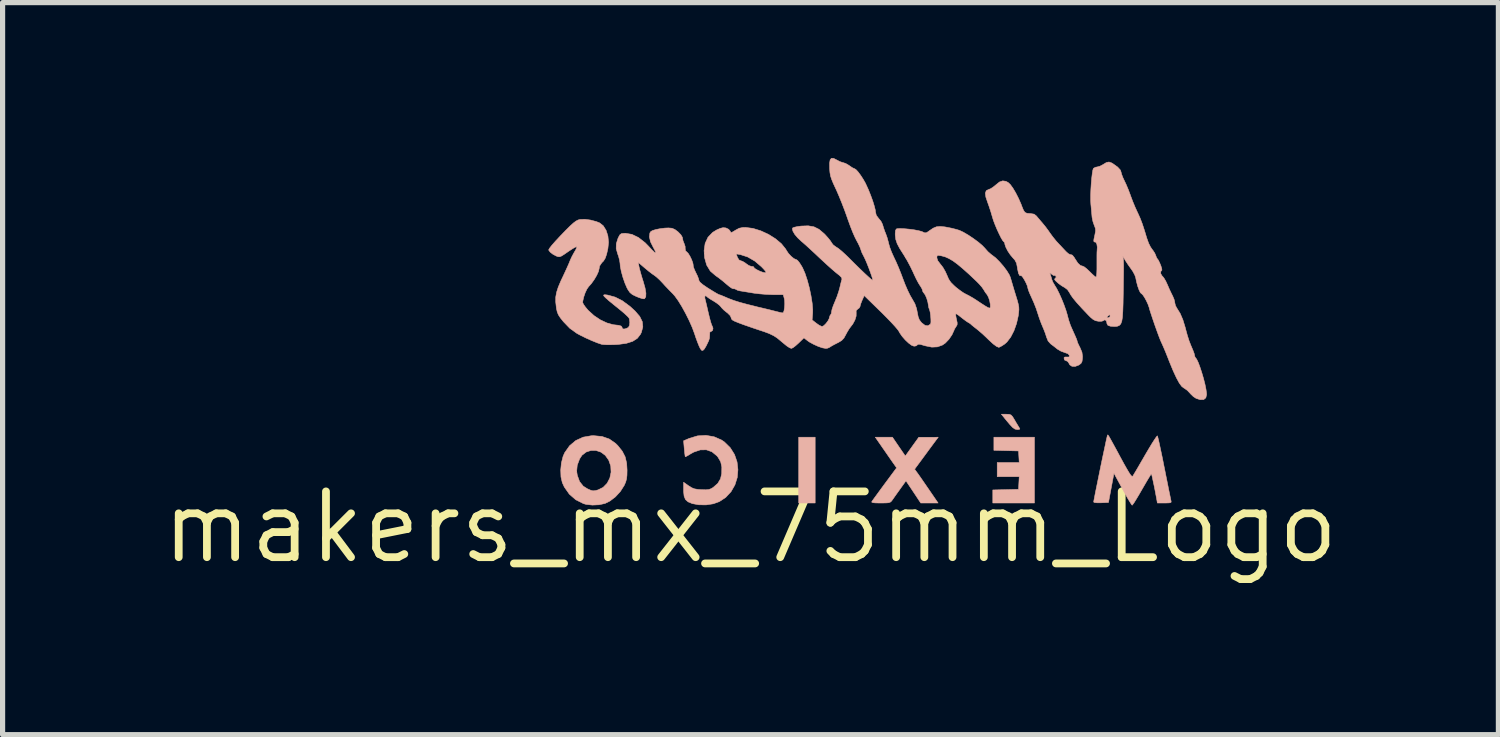
<source format=kicad_pcb>
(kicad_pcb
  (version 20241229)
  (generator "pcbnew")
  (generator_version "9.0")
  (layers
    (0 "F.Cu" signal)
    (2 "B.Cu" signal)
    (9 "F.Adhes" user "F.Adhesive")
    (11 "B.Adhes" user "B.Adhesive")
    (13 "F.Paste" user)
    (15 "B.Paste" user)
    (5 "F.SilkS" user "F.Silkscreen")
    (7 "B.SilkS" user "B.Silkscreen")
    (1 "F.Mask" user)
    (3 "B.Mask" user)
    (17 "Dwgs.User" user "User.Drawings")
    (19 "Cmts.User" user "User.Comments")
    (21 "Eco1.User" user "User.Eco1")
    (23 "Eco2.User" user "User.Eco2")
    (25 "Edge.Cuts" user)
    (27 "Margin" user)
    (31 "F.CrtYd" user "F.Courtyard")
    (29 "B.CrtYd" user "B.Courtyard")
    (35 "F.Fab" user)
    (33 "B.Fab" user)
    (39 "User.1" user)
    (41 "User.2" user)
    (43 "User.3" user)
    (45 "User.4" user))
  (footprint "makers_mx_75mm_Logo"
    (layer "F.Cu")
    (at 11.437 7.126)
    (property "Reference" "makers_mx_75mm_Logo" (at 0 0 0) (layer "F.SilkS") (effects (font (size 1.27 1.27) (thickness 0.15))))
    (attr through_hole)
    (fp_poly (pts (xy 1.249 -0.466) (xy 0.931 -0.466) (xy 0.931 -1.736) (xy 1.249 -1.736) (xy 1.249 -0.466)) (stroke (width 0.01) (type solid)) (fill yes) (layer "B.SilkS"))
    (fp_poly (pts (xy 5.482 -0.466) (xy 4.678 -0.466) (xy 4.678 -0.718) (xy 4.927 -0.724) (xy 5.175 -0.73) (xy 5.188 -0.974) (xy 4.763 -0.974) (xy 4.763 -1.249) (xy 5.188 -1.249) (xy 5.175 -1.471) (xy 4.699 -1.483) (xy 4.699 -1.736) (xy 5.482 -1.736) (xy 5.482 -0.466)) (stroke (width 0.01) (type solid)) (fill yes) (layer "B.SilkS"))
    (fp_poly (pts (xy 4.995 -2.178) (xy 5.031 -2.164) (xy 5.061 -2.131) (xy 5.092 -2.08) (xy 5.131 -2.013) (xy 5.167 -1.954) (xy 5.181 -1.931) (xy 5.2 -1.898) (xy 5.188 -1.886) (xy 5.15 -1.884) (xy 5.106 -1.893) (xy 5.06 -1.925) (xy 5.005 -1.984) (xy 4.953 -2.046) (xy 4.906 -2.103) (xy 4.883 -2.132) (xy 4.844 -2.18) (xy 4.939 -2.18) (xy 4.995 -2.178)) (stroke (width 0.01) (type solid)) (fill yes) (layer "B.SilkS"))
    (fp_poly (pts (xy 3.573 -1.667) (xy 3.541 -1.624) (xy 3.491 -1.556) (xy 3.428 -1.471) (xy 3.36 -1.378) (xy 3.345 -1.358) (xy 3.169 -1.119) (xy 3.21 -1.062) (xy 3.237 -1.025) (xy 3.282 -0.961) (xy 3.34 -0.877) (xy 3.406 -0.781) (xy 3.437 -0.736) (xy 3.622 -0.466) (xy 3.287 -0.466) (xy 3.145 -0.68) (xy 3.002 -0.894) (xy 2.897 -0.748) (xy 2.842 -0.671) (xy 2.79 -0.598) (xy 2.751 -0.542) (xy 2.746 -0.535) (xy 2.722 -0.502) (xy 2.698 -0.482) (xy 2.665 -0.471) (xy 2.611 -0.467) (xy 2.527 -0.466) (xy 2.512 -0.466) (xy 2.421 -0.467) (xy 2.366 -0.472) (xy 2.342 -0.481) (xy 2.342 -0.492) (xy 2.359 -0.517) (xy 2.397 -0.57) (xy 2.452 -0.645) (xy 2.519 -0.737) (xy 2.589 -0.832) (xy 2.821 -1.145) (xy 2.758 -1.234) (xy 2.72 -1.288) (xy 2.666 -1.366) (xy 2.604 -1.456) (xy 2.553 -1.529) (xy 2.41 -1.736) (xy 2.575 -1.736) (xy 2.741 -1.736) (xy 2.865 -1.554) (xy 2.989 -1.373) (xy 3.119 -1.554) (xy 3.249 -1.735) (xy 3.437 -1.735) (xy 3.625 -1.736) (xy 3.573 -1.667)) (stroke (width 0.01) (type solid)) (fill yes) (layer "B.SilkS"))
    (fp_poly (pts (xy -0.703 -1.745) (xy -0.559 -1.682) (xy -0.504 -1.645) (xy -0.39 -1.533) (xy -0.308 -1.402) (xy -0.259 -1.259) (xy -0.242 -1.109) (xy -0.255 -0.959) (xy -0.3 -0.816) (xy -0.375 -0.685) (xy -0.479 -0.573) (xy -0.601 -0.493) (xy -0.717 -0.451) (xy -0.854 -0.43) (xy -0.994 -0.431) (xy -1.121 -0.454) (xy -1.126 -0.456) (xy -1.204 -0.488) (xy -1.254 -0.532) (xy -1.281 -0.597) (xy -1.291 -0.69) (xy -1.291 -0.724) (xy -1.291 -0.867) (xy -1.195 -0.799) (xy -1.135 -0.761) (xy -1.079 -0.739) (xy -1.01 -0.728) (xy -0.946 -0.724) (xy -0.861 -0.721) (xy -0.803 -0.727) (xy -0.759 -0.743) (xy -0.722 -0.765) (xy -0.631 -0.844) (xy -0.578 -0.934) (xy -0.555 -1.034) (xy -0.553 -1.161) (xy -0.575 -1.262) (xy -0.626 -1.349) (xy -0.649 -1.377) (xy -0.744 -1.455) (xy -0.852 -1.493) (xy -0.97 -1.491) (xy -1.094 -1.449) (xy -1.154 -1.416) (xy -1.209 -1.382) (xy -1.248 -1.362) (xy -1.259 -1.359) (xy -1.263 -1.382) (xy -1.27 -1.435) (xy -1.277 -1.509) (xy -1.278 -1.516) (xy -1.291 -1.667) (xy -1.181 -1.714) (xy -1.022 -1.762) (xy -0.86 -1.772) (xy -0.703 -1.745)) (stroke (width 0.01) (type solid)) (fill yes) (layer "B.SilkS"))
    (fp_poly (pts (xy -2.864 -1.75) (xy -2.725 -1.701) (xy -2.604 -1.617) (xy -2.56 -1.573) (xy -2.474 -1.465) (xy -2.419 -1.357) (xy -2.39 -1.234) (xy -2.382 -1.101) (xy -2.384 -1.003) (xy -2.392 -0.932) (xy -2.409 -0.87) (xy -2.439 -0.802) (xy -2.441 -0.8) (xy -2.512 -0.688) (xy -2.606 -0.586) (xy -2.713 -0.504) (xy -2.808 -0.457) (xy -2.924 -0.432) (xy -3.051 -0.426) (xy -3.172 -0.439) (xy -3.224 -0.454) (xy -3.373 -0.529) (xy -3.497 -0.637) (xy -3.593 -0.774) (xy -3.632 -0.858) (xy -3.658 -0.969) (xy -3.662 -1.079) (xy -3.355 -1.079) (xy -3.343 -1.001) (xy -3.299 -0.88) (xy -3.228 -0.791) (xy -3.145 -0.739) (xy -3.083 -0.712) (xy -3.04 -0.701) (xy -2.997 -0.705) (xy -2.943 -0.719) (xy -2.844 -0.768) (xy -2.767 -0.847) (xy -2.715 -0.947) (xy -2.691 -1.061) (xy -2.697 -1.18) (xy -2.736 -1.292) (xy -2.802 -1.385) (xy -2.887 -1.448) (xy -2.982 -1.48) (xy -3.08 -1.48) (xy -3.172 -1.45) (xy -3.252 -1.388) (xy -3.298 -1.318) (xy -3.344 -1.196) (xy -3.355 -1.079) (xy -3.662 -1.079) (xy -3.663 -1.101) (xy -3.65 -1.238) (xy -3.618 -1.364) (xy -3.587 -1.436) (xy -3.492 -1.571) (xy -3.372 -1.672) (xy -3.23 -1.737) (xy -3.069 -1.765) (xy -3.027 -1.766) (xy -2.864 -1.75)) (stroke (width 0.01) (type solid)) (fill yes) (layer "B.SilkS"))
    (fp_poly (pts (xy 6.907 -1.772) (xy 6.921 -1.751) (xy 6.942 -1.714) (xy 6.975 -1.655) (xy 7.021 -1.571) (xy 7.083 -1.457) (xy 7.135 -1.36) (xy 7.209 -1.224) (xy 7.266 -1.123) (xy 7.309 -1.051) (xy 7.339 -1.006) (xy 7.36 -0.984) (xy 7.374 -0.981) (xy 7.38 -0.985) (xy 7.397 -1.013) (xy 7.432 -1.071) (xy 7.481 -1.154) (xy 7.54 -1.256) (xy 7.606 -1.37) (xy 7.622 -1.398) (xy 7.688 -1.51) (xy 7.747 -1.608) (xy 7.797 -1.686) (xy 7.833 -1.739) (xy 7.853 -1.762) (xy 7.855 -1.762) (xy 7.863 -1.738) (xy 7.878 -1.678) (xy 7.898 -1.587) (xy 7.923 -1.47) (xy 7.952 -1.333) (xy 7.982 -1.181) (xy 7.99 -1.143) (xy 8.021 -0.987) (xy 8.05 -0.844) (xy 8.075 -0.718) (xy 8.096 -0.617) (xy 8.111 -0.544) (xy 8.119 -0.506) (xy 8.12 -0.503) (xy 8.121 -0.483) (xy 8.104 -0.471) (xy 8.06 -0.467) (xy 7.993 -0.466) (xy 7.855 -0.466) (xy 7.841 -0.545) (xy 7.826 -0.624) (xy 7.809 -0.715) (xy 7.79 -0.809) (xy 7.771 -0.897) (xy 7.756 -0.969) (xy 7.744 -1.016) (xy 7.74 -1.03) (xy 7.728 -1.015) (xy 7.699 -0.968) (xy 7.656 -0.897) (xy 7.603 -0.806) (xy 7.559 -0.73) (xy 7.5 -0.628) (xy 7.448 -0.541) (xy 7.406 -0.473) (xy 7.377 -0.433) (xy 7.368 -0.423) (xy 7.353 -0.441) (xy 7.322 -0.49) (xy 7.278 -0.564) (xy 7.226 -0.657) (xy 7.184 -0.732) (xy 7.017 -1.04) (xy 6.911 -0.476) (xy 6.768 -0.47) (xy 6.69 -0.47) (xy 6.64 -0.475) (xy 6.625 -0.485) (xy 6.629 -0.512) (xy 6.641 -0.574) (xy 6.658 -0.664) (xy 6.681 -0.776) (xy 6.707 -0.904) (xy 6.735 -1.042) (xy 6.764 -1.184) (xy 6.793 -1.324) (xy 6.821 -1.455) (xy 6.846 -1.572) (xy 6.866 -1.668) (xy 6.882 -1.737) (xy 6.891 -1.773) (xy 6.892 -1.776) (xy 6.895 -1.78) (xy 6.9 -1.78) (xy 6.907 -1.772)) (stroke (width 0.01) (type solid)) (fill yes) (layer "B.SilkS"))
    (fp_poly (pts (xy -3.086 -5.928) (xy -2.974 -5.898) (xy -2.912 -5.873) (xy -2.841 -5.817) (xy -2.787 -5.73) (xy -2.752 -5.621) (xy -2.74 -5.498) (xy -2.752 -5.38) (xy -2.776 -5.272) (xy -2.802 -5.195) (xy -2.834 -5.141) (xy -2.87 -5.104) (xy -2.913 -5.04) (xy -2.921 -4.992) (xy -2.934 -4.936) (xy -2.968 -4.861) (xy -3.017 -4.778) (xy -3.073 -4.7) (xy -3.124 -4.643) (xy -3.157 -4.596) (xy -3.191 -4.524) (xy -3.219 -4.442) (xy -3.236 -4.367) (xy -3.239 -4.336) (xy -3.225 -4.304) (xy -3.188 -4.251) (xy -3.137 -4.19) (xy -3.127 -4.18) (xy -3.02 -4.083) (xy -2.897 -4.001) (xy -2.769 -3.941) (xy -2.649 -3.908) (xy -2.623 -3.905) (xy -2.543 -3.896) (xy -2.497 -3.882) (xy -2.478 -3.858) (xy -2.477 -3.842) (xy -2.46 -3.826) (xy -2.422 -3.827) (xy -2.375 -3.845) (xy -2.355 -3.858) (xy -2.335 -3.895) (xy -2.329 -3.955) (xy -2.337 -4.017) (xy -2.342 -4.032) (xy -2.363 -4.059) (xy -2.411 -4.105) (xy -2.476 -4.162) (xy -2.527 -4.204) (xy -2.646 -4.3) (xy -2.734 -4.372) (xy -2.793 -4.424) (xy -2.827 -4.458) (xy -2.836 -4.478) (xy -2.824 -4.486) (xy -2.792 -4.485) (xy -2.755 -4.48) (xy -2.613 -4.441) (xy -2.471 -4.369) (xy -2.325 -4.261) (xy -2.228 -4.172) (xy -2.138 -4.068) (xy -2.088 -3.966) (xy -2.078 -3.865) (xy -2.106 -3.76) (xy -2.123 -3.724) (xy -2.184 -3.645) (xy -2.274 -3.587) (xy -2.397 -3.548) (xy -2.554 -3.527) (xy -2.625 -3.523) (xy -2.717 -3.521) (xy -2.797 -3.522) (xy -2.853 -3.526) (xy -2.868 -3.528) (xy -2.955 -3.557) (xy -3.064 -3.601) (xy -3.18 -3.653) (xy -3.289 -3.707) (xy -3.35 -3.74) (xy -3.487 -3.838) (xy -3.611 -3.967) (xy -3.67 -4.041) (xy -3.708 -4.099) (xy -3.73 -4.154) (xy -3.745 -4.219) (xy -3.749 -4.251) (xy -3.76 -4.352) (xy -3.759 -4.442) (xy -3.743 -4.532) (xy -3.711 -4.632) (xy -3.66 -4.753) (xy -3.626 -4.824) (xy -3.579 -4.925) (xy -3.536 -5.019) (xy -3.502 -5.096) (xy -3.482 -5.146) (xy -3.482 -5.146) (xy -3.452 -5.213) (xy -3.412 -5.288) (xy -3.398 -5.312) (xy -3.367 -5.366) (xy -3.353 -5.404) (xy -3.354 -5.414) (xy -3.375 -5.408) (xy -3.423 -5.382) (xy -3.487 -5.341) (xy -3.524 -5.316) (xy -3.599 -5.264) (xy -3.649 -5.233) (xy -3.684 -5.22) (xy -3.714 -5.221) (xy -3.747 -5.233) (xy -3.752 -5.235) (xy -3.815 -5.269) (xy -3.866 -5.309) (xy -3.893 -5.345) (xy -3.895 -5.353) (xy -3.879 -5.383) (xy -3.835 -5.44) (xy -3.763 -5.522) (xy -3.665 -5.627) (xy -3.567 -5.729) (xy -3.482 -5.813) (xy -3.418 -5.871) (xy -3.369 -5.908) (xy -3.326 -5.93) (xy -3.292 -5.939) (xy -3.198 -5.943) (xy -3.086 -5.928)) (stroke (width 0.01) (type solid)) (fill yes) (layer "B.SilkS"))
    (fp_poly (pts (xy 6.972 -7.031) (xy 6.996 -7.017) (xy 7.088 -6.951) (xy 7.141 -6.893) (xy 7.154 -6.854) (xy 7.164 -6.815) (xy 7.187 -6.753) (xy 7.215 -6.693) (xy 7.252 -6.615) (xy 7.294 -6.515) (xy 7.333 -6.412) (xy 7.341 -6.389) (xy 7.381 -6.283) (xy 7.428 -6.17) (xy 7.473 -6.072) (xy 7.48 -6.058) (xy 7.521 -5.967) (xy 7.564 -5.855) (xy 7.601 -5.742) (xy 7.61 -5.714) (xy 7.65 -5.581) (xy 7.686 -5.481) (xy 7.723 -5.407) (xy 7.763 -5.35) (xy 7.768 -5.345) (xy 7.804 -5.29) (xy 7.822 -5.249) (xy 7.838 -5.206) (xy 7.85 -5.186) (xy 7.873 -5.156) (xy 7.898 -5.105) (xy 7.922 -5.048) (xy 7.938 -4.996) (xy 7.943 -4.963) (xy 7.939 -4.957) (xy 7.919 -4.932) (xy 7.921 -4.891) (xy 7.945 -4.851) (xy 7.954 -4.843) (xy 7.981 -4.81) (xy 8.016 -4.751) (xy 8.05 -4.678) (xy 8.086 -4.594) (xy 8.124 -4.514) (xy 8.15 -4.462) (xy 8.177 -4.399) (xy 8.191 -4.343) (xy 8.191 -4.333) (xy 8.204 -4.277) (xy 8.229 -4.231) (xy 8.294 -4.127) (xy 8.347 -4.004) (xy 8.394 -3.85) (xy 8.404 -3.81) (xy 8.433 -3.704) (xy 8.467 -3.597) (xy 8.502 -3.507) (xy 8.513 -3.482) (xy 8.543 -3.411) (xy 8.565 -3.352) (xy 8.572 -3.319) (xy 8.582 -3.282) (xy 8.59 -3.273) (xy 8.614 -3.241) (xy 8.645 -3.176) (xy 8.678 -3.087) (xy 8.712 -2.983) (xy 8.745 -2.871) (xy 8.773 -2.762) (xy 8.793 -2.663) (xy 8.804 -2.584) (xy 8.805 -2.559) (xy 8.79 -2.496) (xy 8.748 -2.462) (xy 8.68 -2.461) (xy 8.604 -2.485) (xy 8.55 -2.52) (xy 8.495 -2.573) (xy 8.483 -2.587) (xy 8.433 -2.64) (xy 8.377 -2.68) (xy 8.364 -2.687) (xy 8.324 -2.718) (xy 8.277 -2.783) (xy 8.223 -2.882) (xy 8.16 -3.018) (xy 8.088 -3.192) (xy 8.051 -3.287) (xy 8.013 -3.382) (xy 7.975 -3.472) (xy 7.943 -3.544) (xy 7.932 -3.567) (xy 7.912 -3.613) (xy 7.882 -3.69) (xy 7.846 -3.788) (xy 7.807 -3.897) (xy 7.769 -4.008) (xy 7.735 -4.11) (xy 7.708 -4.194) (xy 7.695 -4.243) (xy 7.674 -4.302) (xy 7.643 -4.369) (xy 7.608 -4.433) (xy 7.574 -4.483) (xy 7.549 -4.508) (xy 7.546 -4.508) (xy 7.526 -4.528) (xy 7.501 -4.579) (xy 7.475 -4.652) (xy 7.452 -4.738) (xy 7.436 -4.818) (xy 7.417 -4.871) (xy 7.38 -4.939) (xy 7.343 -4.992) (xy 7.291 -5.065) (xy 7.243 -5.138) (xy 7.218 -5.18) (xy 7.196 -5.217) (xy 7.188 -5.221) (xy 7.191 -5.207) (xy 7.195 -5.188) (xy 7.199 -5.16) (xy 7.201 -5.12) (xy 7.203 -5.063) (xy 7.203 -4.986) (xy 7.202 -4.884) (xy 7.2 -4.753) (xy 7.198 -4.589) (xy 7.194 -4.388) (xy 7.193 -4.317) (xy 7.188 -4.168) (xy 7.181 -4.056) (xy 7.168 -3.976) (xy 7.148 -3.923) (xy 7.118 -3.892) (xy 7.078 -3.877) (xy 7.029 -3.873) (xy 6.947 -3.879) (xy 6.9 -3.896) (xy 6.881 -3.93) (xy 6.879 -3.95) (xy 6.866 -3.988) (xy 6.838 -4.002) (xy 6.809 -3.985) (xy 6.808 -3.984) (xy 6.782 -3.975) (xy 6.731 -3.974) (xy 6.713 -3.975) (xy 6.659 -3.986) (xy 6.611 -4.012) (xy 6.566 -4.051) (xy 6.879 -4.051) (xy 6.896 -4.044) (xy 6.911 -4.043) (xy 6.938 -4.06) (xy 6.943 -4.077) (xy 6.937 -4.1) (xy 6.914 -4.088) (xy 6.911 -4.085) (xy 6.885 -4.06) (xy 6.879 -4.051) (xy 6.566 -4.051) (xy 6.556 -4.06) (xy 6.523 -4.093) (xy 6.395 -4.228) (xy 6.297 -4.336) (xy 6.226 -4.422) (xy 6.181 -4.486) (xy 6.161 -4.523) (xy 6.12 -4.584) (xy 6.068 -4.624) (xy 6.008 -4.659) (xy 5.943 -4.707) (xy 5.927 -4.721) (xy 5.883 -4.762) (xy 5.87 -4.787) (xy 5.883 -4.804) (xy 5.884 -4.805) (xy 5.904 -4.827) (xy 5.889 -4.851) (xy 5.868 -4.864) (xy 5.863 -4.859) (xy 5.85 -4.858) (xy 5.818 -4.88) (xy 5.817 -4.881) (xy 5.785 -4.908) (xy 5.778 -4.906) (xy 5.788 -4.879) (xy 5.806 -4.823) (xy 5.816 -4.784) (xy 5.837 -4.73) (xy 5.871 -4.672) (xy 5.874 -4.667) (xy 5.912 -4.605) (xy 5.958 -4.514) (xy 6.006 -4.407) (xy 6.051 -4.295) (xy 6.089 -4.189) (xy 6.115 -4.102) (xy 6.119 -4.085) (xy 6.143 -3.996) (xy 6.176 -3.899) (xy 6.196 -3.852) (xy 6.242 -3.749) (xy 6.274 -3.678) (xy 6.293 -3.633) (xy 6.303 -3.605) (xy 6.307 -3.59) (xy 6.308 -3.584) (xy 6.317 -3.557) (xy 6.341 -3.506) (xy 6.362 -3.465) (xy 6.399 -3.377) (xy 6.41 -3.295) (xy 6.409 -3.265) (xy 6.401 -3.2) (xy 6.381 -3.161) (xy 6.34 -3.13) (xy 6.336 -3.128) (xy 6.267 -3.102) (xy 6.206 -3.105) (xy 6.163 -3.134) (xy 6.152 -3.157) (xy 6.125 -3.197) (xy 6.098 -3.211) (xy 6.063 -3.226) (xy 6.054 -3.258) (xy 6.055 -3.276) (xy 6.073 -3.285) (xy 6.109 -3.284) (xy 6.149 -3.285) (xy 6.157 -3.307) (xy 6.156 -3.315) (xy 6.129 -3.348) (xy 6.067 -3.37) (xy 5.995 -3.396) (xy 5.925 -3.437) (xy 5.915 -3.445) (xy 5.856 -3.492) (xy 5.8 -3.534) (xy 5.792 -3.541) (xy 5.745 -3.594) (xy 5.715 -3.668) (xy 5.692 -3.741) (xy 5.659 -3.826) (xy 5.643 -3.863) (xy 5.611 -3.94) (xy 5.576 -4.035) (xy 5.548 -4.121) (xy 5.515 -4.221) (xy 5.471 -4.333) (xy 5.429 -4.427) (xy 5.394 -4.504) (xy 5.368 -4.568) (xy 5.356 -4.608) (xy 5.355 -4.613) (xy 5.346 -4.653) (xy 5.323 -4.708) (xy 5.293 -4.766) (xy 5.261 -4.818) (xy 5.235 -4.85) (xy 5.223 -4.854) (xy 5.196 -4.857) (xy 5.173 -4.902) (xy 5.155 -4.989) (xy 5.152 -5.013) (xy 5.136 -5.095) (xy 5.104 -5.156) (xy 5.068 -5.196) (xy 5.016 -5.258) (xy 4.967 -5.331) (xy 4.93 -5.403) (xy 4.911 -5.459) (xy 4.911 -5.469) (xy 4.9 -5.501) (xy 4.892 -5.507) (xy 4.87 -5.531) (xy 4.838 -5.585) (xy 4.8 -5.661) (xy 4.759 -5.749) (xy 4.721 -5.84) (xy 4.689 -5.924) (xy 4.669 -5.99) (xy 4.64 -6.089) (xy 4.604 -6.198) (xy 4.581 -6.262) (xy 4.544 -6.371) (xy 4.534 -6.448) (xy 4.552 -6.496) (xy 4.593 -6.516) (xy 4.638 -6.534) (xy 4.696 -6.573) (xy 4.736 -6.606) (xy 4.807 -6.663) (xy 4.869 -6.685) (xy 4.93 -6.676) (xy 4.974 -6.653) (xy 5.015 -6.615) (xy 5.066 -6.545) (xy 5.121 -6.452) (xy 5.175 -6.346) (xy 5.224 -6.234) (xy 5.24 -6.191) (xy 5.27 -6.118) (xy 5.298 -6.077) (xy 5.336 -6.059) (xy 5.394 -6.054) (xy 5.403 -6.054) (xy 5.476 -6.042) (xy 5.519 -6.008) (xy 5.555 -5.965) (xy 5.604 -5.907) (xy 5.632 -5.875) (xy 5.689 -5.806) (xy 5.75 -5.724) (xy 5.778 -5.683) (xy 5.835 -5.605) (xy 5.902 -5.522) (xy 5.939 -5.482) (xy 6 -5.417) (xy 6.061 -5.352) (xy 6.093 -5.318) (xy 6.138 -5.278) (xy 6.175 -5.26) (xy 6.185 -5.261) (xy 6.215 -5.25) (xy 6.252 -5.203) (xy 6.265 -5.181) (xy 6.32 -5.097) (xy 6.37 -5.051) (xy 6.414 -5.038) (xy 6.444 -5.024) (xy 6.492 -4.986) (xy 6.548 -4.933) (xy 6.549 -4.932) (xy 6.603 -4.879) (xy 6.646 -4.841) (xy 6.671 -4.826) (xy 6.671 -4.826) (xy 6.679 -4.846) (xy 6.685 -4.9) (xy 6.688 -4.98) (xy 6.688 -5.064) (xy 6.688 -5.163) (xy 6.688 -5.248) (xy 6.689 -5.309) (xy 6.691 -5.334) (xy 6.695 -5.407) (xy 6.686 -5.466) (xy 6.668 -5.499) (xy 6.657 -5.503) (xy 6.636 -5.506) (xy 6.627 -5.521) (xy 6.63 -5.558) (xy 6.644 -5.623) (xy 6.649 -5.646) (xy 6.662 -5.717) (xy 6.658 -5.769) (xy 6.637 -5.825) (xy 6.636 -5.827) (xy 6.611 -5.899) (xy 6.594 -5.982) (xy 6.592 -6.006) (xy 6.585 -6.086) (xy 6.576 -6.182) (xy 6.571 -6.234) (xy 6.567 -6.31) (xy 6.567 -6.408) (xy 6.571 -6.517) (xy 6.578 -6.629) (xy 6.587 -6.734) (xy 6.598 -6.825) (xy 6.609 -6.892) (xy 6.621 -6.926) (xy 6.622 -6.927) (xy 6.662 -6.948) (xy 6.696 -6.954) (xy 6.747 -6.968) (xy 6.804 -6.998) (xy 6.807 -7) (xy 6.871 -7.039) (xy 6.921 -7.049) (xy 6.972 -7.031)) (stroke (width 0.01) (type solid)) (fill yes) (layer "B.SilkS"))
    (fp_poly (pts (xy 1.605 -7.119) (xy 1.664 -7.089) (xy 1.725 -7.057) (xy 1.78 -7.038) (xy 1.791 -7.036) (xy 1.839 -7.02) (xy 1.897 -6.986) (xy 1.912 -6.976) (xy 1.961 -6.942) (xy 1.999 -6.923) (xy 2.007 -6.921) (xy 2.035 -6.904) (xy 2.077 -6.859) (xy 2.126 -6.793) (xy 2.176 -6.716) (xy 2.221 -6.637) (xy 2.228 -6.621) (xy 2.276 -6.516) (xy 2.321 -6.404) (xy 2.361 -6.294) (xy 2.391 -6.196) (xy 2.41 -6.12) (xy 2.413 -6.088) (xy 2.429 -6.019) (xy 2.475 -5.959) (xy 2.52 -5.904) (xy 2.55 -5.844) (xy 2.552 -5.835) (xy 2.57 -5.775) (xy 2.596 -5.701) (xy 2.608 -5.674) (xy 2.638 -5.59) (xy 2.663 -5.498) (xy 2.669 -5.472) (xy 2.689 -5.401) (xy 2.723 -5.311) (xy 2.764 -5.22) (xy 2.77 -5.207) (xy 2.811 -5.121) (xy 2.859 -5.01) (xy 2.907 -4.89) (xy 2.943 -4.794) (xy 2.986 -4.682) (xy 3.034 -4.571) (xy 3.081 -4.475) (xy 3.117 -4.413) (xy 3.174 -4.313) (xy 3.207 -4.217) (xy 3.22 -4.149) (xy 3.237 -4.063) (xy 3.26 -4.002) (xy 3.299 -3.951) (xy 3.307 -3.943) (xy 3.37 -3.895) (xy 3.426 -3.887) (xy 3.473 -3.918) (xy 3.477 -3.924) (xy 3.484 -3.956) (xy 3.483 -4.015) (xy 3.478 -4.084) (xy 3.469 -4.149) (xy 3.458 -4.194) (xy 3.455 -4.201) (xy 3.442 -4.237) (xy 3.437 -4.266) (xy 3.424 -4.344) (xy 3.401 -4.421) (xy 3.374 -4.482) (xy 3.355 -4.509) (xy 3.328 -4.545) (xy 3.323 -4.565) (xy 3.311 -4.601) (xy 3.282 -4.651) (xy 3.273 -4.663) (xy 3.242 -4.713) (xy 3.202 -4.788) (xy 3.159 -4.878) (xy 3.14 -4.921) (xy 3.088 -5.029) (xy 3.026 -5.145) (xy 2.994 -5.199) (xy 3.598 -5.199) (xy 3.616 -5.143) (xy 3.664 -5.08) (xy 3.669 -5.074) (xy 3.715 -5.015) (xy 3.761 -4.935) (xy 3.791 -4.869) (xy 3.826 -4.788) (xy 3.868 -4.725) (xy 3.929 -4.664) (xy 3.968 -4.629) (xy 4.04 -4.573) (xy 4.109 -4.525) (xy 4.163 -4.495) (xy 4.166 -4.494) (xy 4.221 -4.466) (xy 4.294 -4.424) (xy 4.357 -4.384) (xy 4.459 -4.316) (xy 4.531 -4.27) (xy 4.579 -4.242) (xy 4.608 -4.23) (xy 4.623 -4.232) (xy 4.63 -4.245) (xy 4.631 -4.253) (xy 4.63 -4.299) (xy 4.619 -4.362) (xy 4.615 -4.379) (xy 4.594 -4.44) (xy 4.569 -4.486) (xy 4.564 -4.493) (xy 4.534 -4.531) (xy 4.502 -4.584) (xy 4.469 -4.632) (xy 4.416 -4.693) (xy 4.367 -4.743) (xy 4.221 -4.881) (xy 4.099 -4.99) (xy 3.996 -5.076) (xy 3.909 -5.14) (xy 3.832 -5.185) (xy 3.761 -5.217) (xy 3.692 -5.236) (xy 3.677 -5.239) (xy 3.625 -5.247) (xy 3.603 -5.238) (xy 3.598 -5.208) (xy 3.598 -5.199) (xy 2.994 -5.199) (xy 2.964 -5.249) (xy 2.95 -5.271) (xy 2.879 -5.383) (xy 2.832 -5.473) (xy 2.805 -5.554) (xy 2.795 -5.634) (xy 2.794 -5.664) (xy 2.799 -5.725) (xy 2.815 -5.755) (xy 2.831 -5.761) (xy 2.887 -5.765) (xy 2.97 -5.761) (xy 3.066 -5.752) (xy 3.163 -5.739) (xy 3.247 -5.723) (xy 3.306 -5.707) (xy 3.316 -5.703) (xy 3.361 -5.682) (xy 3.393 -5.682) (xy 3.431 -5.705) (xy 3.454 -5.722) (xy 3.526 -5.771) (xy 3.59 -5.798) (xy 3.661 -5.805) (xy 3.753 -5.796) (xy 3.791 -5.789) (xy 3.882 -5.771) (xy 3.969 -5.749) (xy 4.032 -5.73) (xy 4.109 -5.694) (xy 4.203 -5.639) (xy 4.302 -5.573) (xy 4.396 -5.504) (xy 4.474 -5.438) (xy 4.526 -5.384) (xy 4.529 -5.38) (xy 4.584 -5.318) (xy 4.647 -5.263) (xy 4.664 -5.251) (xy 4.732 -5.199) (xy 4.807 -5.124) (xy 4.882 -5.038) (xy 4.948 -4.95) (xy 4.997 -4.87) (xy 5.018 -4.82) (xy 5.034 -4.764) (xy 5.059 -4.679) (xy 5.089 -4.578) (xy 5.117 -4.487) (xy 5.149 -4.383) (xy 5.169 -4.308) (xy 5.18 -4.25) (xy 5.182 -4.198) (xy 5.177 -4.141) (xy 5.169 -4.078) (xy 5.136 -3.93) (xy 5.086 -3.79) (xy 5.023 -3.668) (xy 4.95 -3.573) (xy 4.906 -3.534) (xy 4.851 -3.498) (xy 4.807 -3.475) (xy 4.793 -3.471) (xy 4.751 -3.488) (xy 4.684 -3.538) (xy 4.593 -3.622) (xy 4.552 -3.662) (xy 4.481 -3.729) (xy 4.403 -3.796) (xy 4.36 -3.831) (xy 4.306 -3.873) (xy 4.267 -3.905) (xy 4.255 -3.917) (xy 4.229 -3.937) (xy 4.199 -3.954) (xy 4.158 -3.981) (xy 4.101 -4.024) (xy 4.064 -4.053) (xy 4.013 -4.093) (xy 3.976 -4.116) (xy 3.963 -4.118) (xy 3.962 -4.094) (xy 3.97 -4.042) (xy 3.978 -4.009) (xy 3.991 -3.944) (xy 3.989 -3.904) (xy 3.972 -3.876) (xy 3.94 -3.826) (xy 3.929 -3.798) (xy 3.89 -3.713) (xy 3.831 -3.626) (xy 3.762 -3.554) (xy 3.706 -3.515) (xy 3.608 -3.48) (xy 3.501 -3.475) (xy 3.376 -3.5) (xy 3.348 -3.508) (xy 3.278 -3.528) (xy 3.239 -3.531) (xy 3.223 -3.519) (xy 3.223 -3.519) (xy 3.197 -3.499) (xy 3.158 -3.493) (xy 3.113 -3.509) (xy 3.054 -3.552) (xy 2.989 -3.613) (xy 2.928 -3.683) (xy 2.879 -3.754) (xy 2.867 -3.778) (xy 2.842 -3.814) (xy 2.792 -3.873) (xy 2.721 -3.95) (xy 2.635 -4.039) (xy 2.539 -4.136) (xy 2.515 -4.159) (xy 2.196 -4.47) (xy 2.156 -4.381) (xy 2.132 -4.321) (xy 2.118 -4.275) (xy 2.117 -4.264) (xy 2.1 -4.232) (xy 2.072 -4.211) (xy 2.04 -4.18) (xy 2.041 -4.137) (xy 2.04 -4.074) (xy 2.016 -3.997) (xy 1.975 -3.921) (xy 1.942 -3.878) (xy 1.907 -3.832) (xy 1.866 -3.764) (xy 1.842 -3.719) (xy 1.804 -3.65) (xy 1.761 -3.604) (xy 1.697 -3.565) (xy 1.672 -3.553) (xy 1.606 -3.519) (xy 1.553 -3.489) (xy 1.53 -3.473) (xy 1.49 -3.455) (xy 1.454 -3.45) (xy 1.391 -3.461) (xy 1.308 -3.489) (xy 1.22 -3.529) (xy 1.139 -3.573) (xy 1.103 -3.598) (xy 1.032 -3.654) (xy 0.927 -3.552) (xy 0.87 -3.501) (xy 0.821 -3.464) (xy 0.79 -3.45) (xy 0.755 -3.463) (xy 0.704 -3.496) (xy 0.675 -3.519) (xy 0.605 -3.577) (xy 0.533 -3.637) (xy 0.513 -3.653) (xy 0.45 -3.694) (xy 0.362 -3.737) (xy 0.265 -3.773) (xy 0.265 -3.773) (xy 0.171 -3.804) (xy 0.055 -3.843) (xy -0.066 -3.885) (xy -0.138 -3.91) (xy -0.239 -3.948) (xy -0.307 -3.976) (xy -0.347 -3.998) (xy -0.367 -4.019) (xy -0.371 -4.038) (xy -0.39 -4.082) (xy -0.442 -4.134) (xy -0.46 -4.147) (xy -0.516 -4.193) (xy -0.559 -4.237) (xy -0.571 -4.254) (xy -0.602 -4.287) (xy -0.657 -4.329) (xy -0.71 -4.363) (xy -0.772 -4.4) (xy -0.819 -4.431) (xy -0.837 -4.447) (xy -0.863 -4.468) (xy -0.881 -4.454) (xy -0.88 -4.419) (xy -0.87 -4.379) (xy -0.853 -4.309) (xy -0.832 -4.219) (xy -0.814 -4.14) (xy -0.791 -4.045) (xy -0.769 -3.963) (xy -0.75 -3.905) (xy -0.739 -3.882) (xy -0.723 -3.841) (xy -0.73 -3.8) (xy -0.757 -3.778) (xy -0.762 -3.778) (xy -0.785 -3.763) (xy -0.787 -3.716) (xy -0.791 -3.649) (xy -0.806 -3.6) (xy -0.854 -3.5) (xy -0.891 -3.438) (xy -0.92 -3.41) (xy -0.945 -3.415) (xy -0.97 -3.45) (xy -0.993 -3.498) (xy -1.02 -3.565) (xy -1.053 -3.654) (xy -1.08 -3.736) (xy -1.125 -3.857) (xy -1.184 -3.99) (xy -1.252 -4.126) (xy -1.324 -4.257) (xy -1.395 -4.372) (xy -1.46 -4.462) (xy -1.498 -4.505) (xy -1.571 -4.579) (xy -1.65 -4.662) (xy -1.694 -4.711) (xy -1.754 -4.774) (xy -1.813 -4.828) (xy -1.852 -4.858) (xy -1.9 -4.891) (xy -1.966 -4.942) (xy -2.036 -5) (xy -2.04 -5.003) (xy -2.165 -5.11) (xy -2.151 -5.026) (xy -2.137 -4.968) (xy -2.114 -4.885) (xy -2.086 -4.79) (xy -2.072 -4.748) (xy -2.035 -4.618) (xy -2.018 -4.517) (xy -2.021 -4.447) (xy -2.044 -4.411) (xy -2.054 -4.407) (xy -2.09 -4.412) (xy -2.15 -4.431) (xy -2.207 -4.454) (xy -2.28 -4.49) (xy -2.327 -4.529) (xy -2.365 -4.584) (xy -2.384 -4.619) (xy -2.424 -4.712) (xy -2.462 -4.822) (xy -2.493 -4.934) (xy -2.513 -5.035) (xy -2.518 -5.095) (xy -2.527 -5.154) (xy -2.547 -5.23) (xy -2.563 -5.274) (xy -2.592 -5.376) (xy -2.59 -5.471) (xy -2.558 -5.573) (xy -2.545 -5.601) (xy -2.52 -5.645) (xy -2.491 -5.666) (xy -2.441 -5.672) (xy -2.413 -5.673) (xy -2.289 -5.652) (xy -2.162 -5.591) (xy -2.034 -5.491) (xy -1.977 -5.433) (xy -1.902 -5.353) (xy -1.852 -5.306) (xy -1.828 -5.291) (xy -1.828 -5.308) (xy -1.852 -5.357) (xy -1.877 -5.402) (xy -1.93 -5.51) (xy -1.951 -5.604) (xy -1.942 -5.678) (xy -1.925 -5.705) (xy -1.89 -5.726) (xy -1.824 -5.746) (xy -1.741 -5.762) (xy -1.653 -5.773) (xy -1.584 -5.776) (xy -1.515 -5.77) (xy -1.459 -5.746) (xy -1.399 -5.701) (xy -1.344 -5.645) (xy -1.315 -5.596) (xy -1.312 -5.581) (xy -1.302 -5.529) (xy -1.28 -5.474) (xy -1.261 -5.419) (xy -1.26 -5.375) (xy -1.26 -5.374) (xy -1.254 -5.334) (xy -1.232 -5.315) (xy -1.202 -5.285) (xy -1.168 -5.23) (xy -1.136 -5.164) (xy -1.113 -5.102) (xy -1.105 -5.058) (xy -1.106 -5.052) (xy -1.101 -5.022) (xy -1.08 -4.967) (xy -1.055 -4.914) (xy -1.022 -4.847) (xy -1.001 -4.79) (xy -0.995 -4.762) (xy -0.976 -4.73) (xy -0.919 -4.681) (xy -0.825 -4.617) (xy -0.807 -4.606) (xy -0.728 -4.557) (xy -0.663 -4.518) (xy -0.618 -4.493) (xy -0.604 -4.487) (xy -0.576 -4.479) (xy -0.528 -4.459) (xy -0.522 -4.457) (xy -0.423 -4.414) (xy -0.319 -4.375) (xy -0.201 -4.338) (xy -0.06 -4.3) (xy 0.114 -4.257) (xy 0.123 -4.254) (xy 0.246 -4.225) (xy 0.359 -4.198) (xy 0.454 -4.174) (xy 0.522 -4.157) (xy 0.549 -4.15) (xy 0.6 -4.138) (xy 0.629 -4.137) (xy 0.631 -4.138) (xy 0.647 -4.174) (xy 0.657 -4.236) (xy 0.662 -4.309) (xy 0.659 -4.377) (xy 0.654 -4.408) (xy 0.633 -4.487) (xy 0.428 -4.488) (xy 0.31 -4.493) (xy 0.182 -4.503) (xy 0.066 -4.517) (xy 0.042 -4.521) (xy -0.048 -4.536) (xy -0.13 -4.549) (xy -0.188 -4.559) (xy -0.198 -4.56) (xy -0.25 -4.573) (xy -0.28 -4.59) (xy -0.315 -4.603) (xy -0.328 -4.601) (xy -0.355 -4.609) (xy -0.403 -4.641) (xy -0.461 -4.689) (xy -0.468 -4.695) (xy -0.541 -4.757) (xy -0.617 -4.816) (xy -0.673 -4.855) (xy -0.775 -4.943) (xy -0.846 -5.06) (xy -0.886 -5.203) (xy -0.891 -5.275) (xy -0.275 -5.275) (xy -0.252 -5.209) (xy -0.222 -5.159) (xy -0.19 -5.144) (xy -0.15 -5.13) (xy -0.098 -5.098) (xy -0.082 -5.085) (xy -0.031 -5.05) (xy 0.015 -5.034) (xy 0.025 -5.034) (xy 0.057 -5.029) (xy 0.064 -5.017) (xy 0.081 -4.995) (xy 0.127 -4.967) (xy 0.185 -4.939) (xy 0.244 -4.918) (xy 0.285 -4.911) (xy 0.3 -4.917) (xy 0.291 -4.94) (xy 0.255 -4.982) (xy 0.211 -5.028) (xy 0.084 -5.136) (xy -0.054 -5.216) (xy -0.19 -5.26) (xy -0.195 -5.261) (xy -0.275 -5.275) (xy -0.891 -5.275) (xy -0.895 -5.338) (xy -0.875 -5.478) (xy -0.82 -5.596) (xy -0.731 -5.689) (xy -0.657 -5.735) (xy -0.583 -5.768) (xy -0.53 -5.781) (xy -0.482 -5.777) (xy -0.472 -5.775) (xy -0.421 -5.75) (xy -0.392 -5.715) (xy -0.392 -5.715) (xy -0.382 -5.692) (xy -0.365 -5.688) (xy -0.331 -5.706) (xy -0.291 -5.731) (xy -0.219 -5.77) (xy -0.146 -5.785) (xy -0.097 -5.786) (xy 0.049 -5.767) (xy 0.2 -5.72) (xy 0.348 -5.652) (xy 0.483 -5.567) (xy 0.597 -5.471) (xy 0.68 -5.368) (xy 0.695 -5.341) (xy 0.734 -5.283) (xy 0.786 -5.227) (xy 0.839 -5.184) (xy 0.882 -5.165) (xy 0.886 -5.165) (xy 0.911 -5.147) (xy 0.948 -5.101) (xy 0.989 -5.036) (xy 1.006 -5.006) (xy 1.052 -4.902) (xy 1.096 -4.77) (xy 1.136 -4.622) (xy 1.168 -4.47) (xy 1.191 -4.325) (xy 1.202 -4.199) (xy 1.201 -4.133) (xy 1.19 -4) (xy 1.27 -3.937) (xy 1.324 -3.899) (xy 1.369 -3.877) (xy 1.383 -3.873) (xy 1.417 -3.89) (xy 1.458 -3.931) (xy 1.497 -3.983) (xy 1.521 -4.031) (xy 1.524 -4.049) (xy 1.536 -4.086) (xy 1.545 -4.096) (xy 1.561 -4.125) (xy 1.566 -4.161) (xy 1.575 -4.206) (xy 1.598 -4.274) (xy 1.63 -4.351) (xy 1.632 -4.356) (xy 1.67 -4.449) (xy 1.704 -4.55) (xy 1.725 -4.625) (xy 1.742 -4.698) (xy 1.757 -4.758) (xy 1.766 -4.785) (xy 1.76 -4.817) (xy 1.719 -4.859) (xy 1.687 -4.884) (xy 1.64 -4.922) (xy 1.57 -4.982) (xy 1.485 -5.058) (xy 1.393 -5.143) (xy 1.342 -5.19) (xy 1.248 -5.279) (xy 1.155 -5.365) (xy 1.072 -5.441) (xy 1.006 -5.499) (xy 0.983 -5.518) (xy 0.913 -5.584) (xy 0.856 -5.651) (xy 0.82 -5.712) (xy 0.808 -5.759) (xy 0.816 -5.777) (xy 0.846 -5.789) (xy 0.905 -5.802) (xy 0.979 -5.812) (xy 1.114 -5.817) (xy 1.225 -5.798) (xy 1.322 -5.75) (xy 1.417 -5.67) (xy 1.435 -5.653) (xy 1.492 -5.59) (xy 1.539 -5.532) (xy 1.566 -5.492) (xy 1.567 -5.488) (xy 1.598 -5.448) (xy 1.649 -5.41) (xy 1.655 -5.407) (xy 1.701 -5.377) (xy 1.764 -5.325) (xy 1.836 -5.259) (xy 1.876 -5.221) (xy 2.001 -5.096) (xy 2.112 -4.987) (xy 2.206 -4.897) (xy 2.281 -4.828) (xy 2.332 -4.783) (xy 2.358 -4.766) (xy 2.36 -4.766) (xy 2.358 -4.789) (xy 2.342 -4.842) (xy 2.317 -4.914) (xy 2.286 -4.998) (xy 2.253 -5.082) (xy 2.221 -5.158) (xy 2.193 -5.217) (xy 2.183 -5.236) (xy 2.151 -5.299) (xy 2.13 -5.358) (xy 2.13 -5.36) (xy 2.112 -5.408) (xy 2.08 -5.476) (xy 2.045 -5.54) (xy 2.013 -5.604) (xy 1.972 -5.698) (xy 1.928 -5.81) (xy 1.884 -5.931) (xy 1.867 -5.98) (xy 1.819 -6.114) (xy 1.764 -6.257) (xy 1.708 -6.394) (xy 1.658 -6.51) (xy 1.648 -6.53) (xy 1.599 -6.636) (xy 1.566 -6.716) (xy 1.545 -6.782) (xy 1.534 -6.847) (xy 1.528 -6.922) (xy 1.528 -6.923) (xy 1.527 -7.026) (xy 1.538 -7.091) (xy 1.563 -7.121) (xy 1.605 -7.119)) (stroke (width 0.01) (type solid)) (fill yes) (layer "B.SilkS")))
  (gr_rect
    (start -3 -3)
    (end 25.875 11.132)
    (stroke (width 0.1) (type default))
    (fill no)
    (layer "Edge.Cuts")))
</source>
